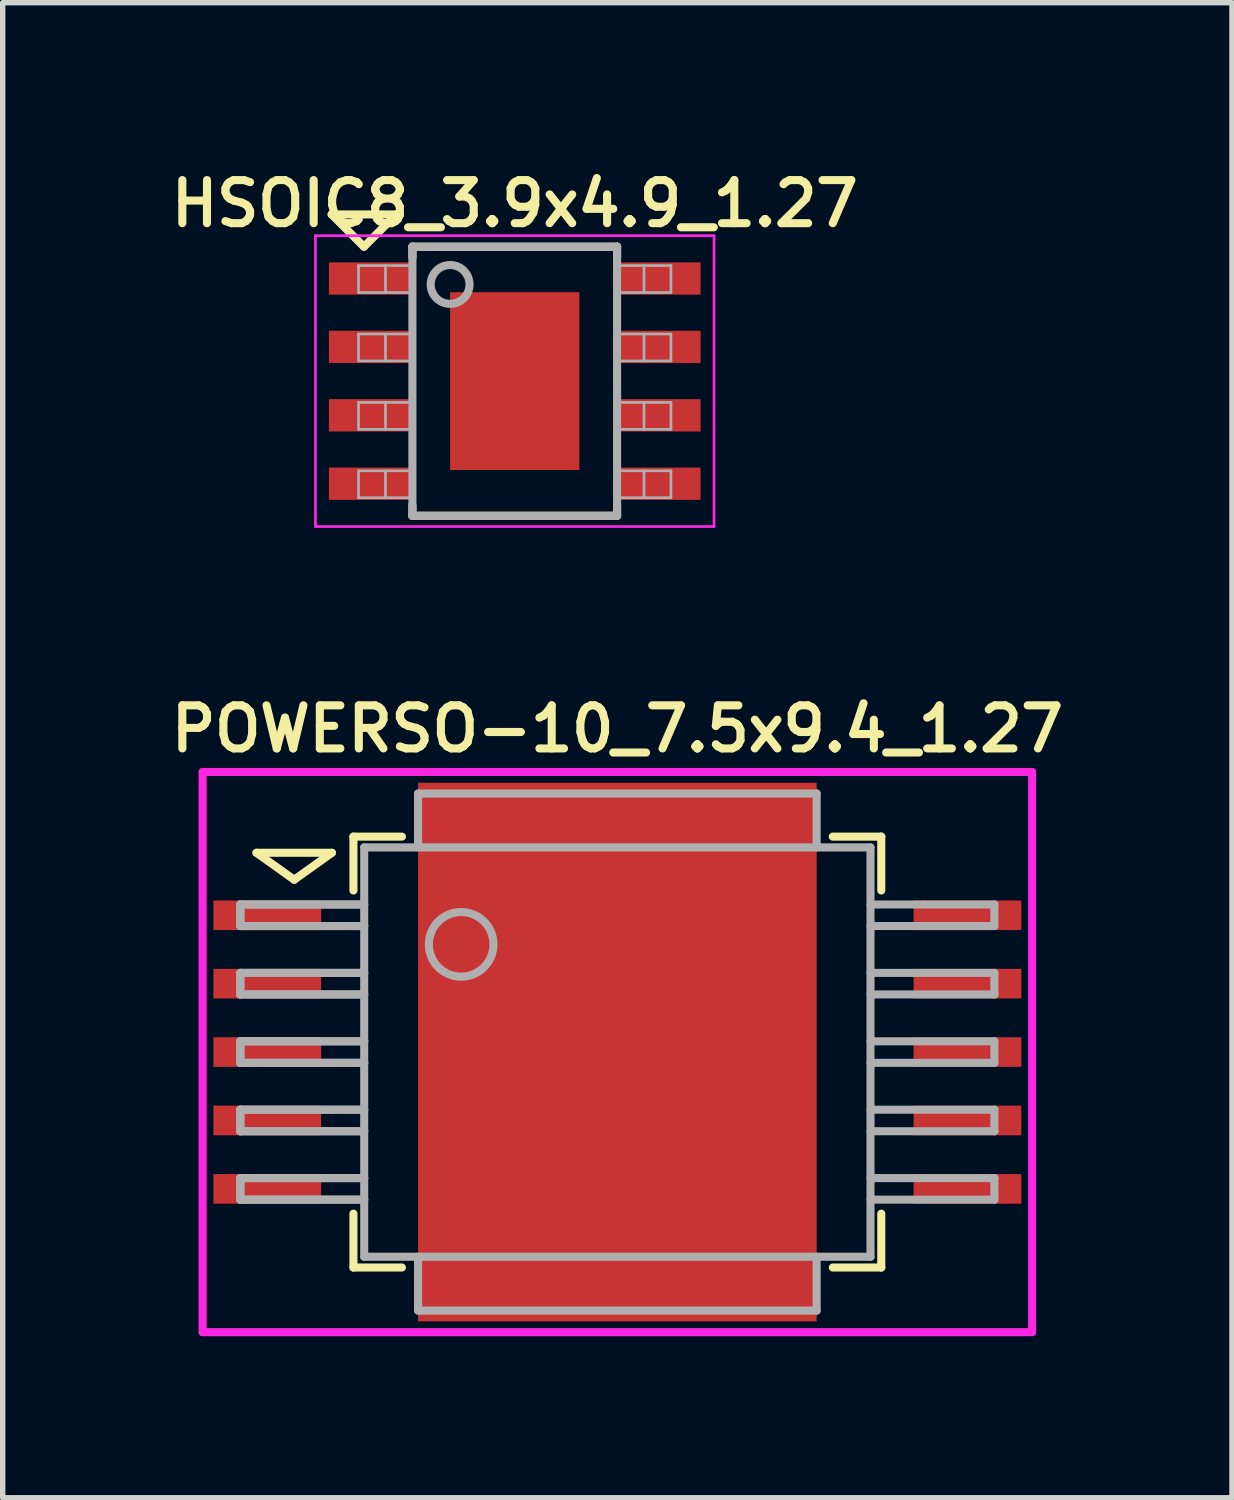
<source format=kicad_pcb>
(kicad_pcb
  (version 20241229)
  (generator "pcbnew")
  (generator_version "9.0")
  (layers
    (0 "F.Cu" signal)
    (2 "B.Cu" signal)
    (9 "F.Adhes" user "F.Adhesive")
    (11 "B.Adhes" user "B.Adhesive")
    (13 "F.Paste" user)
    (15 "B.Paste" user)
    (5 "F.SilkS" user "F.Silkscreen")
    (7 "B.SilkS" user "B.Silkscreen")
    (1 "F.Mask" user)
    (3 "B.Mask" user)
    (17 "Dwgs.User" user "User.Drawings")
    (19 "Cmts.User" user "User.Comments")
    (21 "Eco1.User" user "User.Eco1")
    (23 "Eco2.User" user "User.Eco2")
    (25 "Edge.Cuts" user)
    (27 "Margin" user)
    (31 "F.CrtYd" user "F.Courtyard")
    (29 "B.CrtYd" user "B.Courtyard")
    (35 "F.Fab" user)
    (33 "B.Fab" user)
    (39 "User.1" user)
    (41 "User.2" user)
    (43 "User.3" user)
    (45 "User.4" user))
  (footprint "POWERSO-10_7.5x9.4_1.27"
    (layer "F.Cu")
    (at 8.412 16.483)
    (property "Reference" "POWERSO-10_7.5x9.4_1.27" (at 0 -6 0) (layer "F.SilkS") (effects (font (size 0.8 0.8) (thickness 0.15))))
    (attr through_hole)
    (fp_line (start -6.7 -3.7) (end -5.3 -3.7) (stroke (width 0.15) (type solid)) (layer "F.SilkS"))
    (fp_line (start -6 -3.2) (end -6.7 -3.7) (stroke (width 0.15) (type solid)) (layer "F.SilkS"))
    (fp_line (start -5.3 -3.7) (end -6 -3.2) (stroke (width 0.15) (type solid)) (layer "F.SilkS"))
    (fp_line (start -4.9 -4) (end -4 -4) (stroke (width 0.15) (type solid)) (layer "F.SilkS"))
    (fp_line (start -4.9 -3) (end -4.9 -4) (stroke (width 0.15) (type solid)) (layer "F.SilkS"))
    (fp_line (start -4.9 3) (end -4.9 4) (stroke (width 0.15) (type solid)) (layer "F.SilkS"))
    (fp_line (start -4.9 4) (end -4 4) (stroke (width 0.15) (type solid)) (layer "F.SilkS"))
    (fp_line (start 4 -4) (end 4.9 -4) (stroke (width 0.15) (type solid)) (layer "F.SilkS"))
    (fp_line (start 4 4) (end 4.9 4) (stroke (width 0.15) (type solid)) (layer "F.SilkS"))
    (fp_line (start 4.9 -4) (end 4.9 -3) (stroke (width 0.15) (type solid)) (layer "F.SilkS"))
    (fp_line (start 4.9 4) (end 4.9 3) (stroke (width 0.15) (type solid)) (layer "F.SilkS"))
    (fp_line (start -7.7 -5.2) (end -7.7 5.2) (stroke (width 0.15) (type solid)) (layer "F.CrtYd"))
    (fp_line (start -7.7 5.2) (end 7.7 5.2) (stroke (width 0.15) (type solid)) (layer "F.CrtYd"))
    (fp_line (start 7.7 -5.2) (end -7.7 -5.2) (stroke (width 0.15) (type solid)) (layer "F.CrtYd"))
    (fp_line (start 7.7 5.2) (end 7.7 -5.2) (stroke (width 0.15) (type solid)) (layer "F.CrtYd"))
    (fp_line (start -7 -2.74) (end -7 -2.34) (stroke (width 0.15) (type solid)) (layer "F.Fab"))
    (fp_line (start -7 -2.74) (end -7 -2.34) (stroke (width 0.15) (type solid)) (layer "F.Fab"))
    (fp_line (start -7 -2.34) (end -4.7 -2.34) (stroke (width 0.15) (type solid)) (layer "F.Fab"))
    (fp_line (start -7 -2.34) (end -4.7 -2.34) (stroke (width 0.15) (type solid)) (layer "F.Fab"))
    (fp_line (start -7 -1.47) (end -7 -1.07) (stroke (width 0.15) (type solid)) (layer "F.Fab"))
    (fp_line (start -7 -1.47) (end -7 -1.07) (stroke (width 0.15) (type solid)) (layer "F.Fab"))
    (fp_line (start -7 -1.07) (end -4.7 -1.07) (stroke (width 0.15) (type solid)) (layer "F.Fab"))
    (fp_line (start -7 -1.07) (end -4.7 -1.07) (stroke (width 0.15) (type solid)) (layer "F.Fab"))
    (fp_line (start -7 -0.2) (end -7 0.2) (stroke (width 0.15) (type solid)) (layer "F.Fab"))
    (fp_line (start -7 -0.2) (end -7 0.2) (stroke (width 0.15) (type solid)) (layer "F.Fab"))
    (fp_line (start -7 0.2) (end -4.7 0.2) (stroke (width 0.15) (type solid)) (layer "F.Fab"))
    (fp_line (start -7 0.2) (end -4.7 0.2) (stroke (width 0.15) (type solid)) (layer "F.Fab"))
    (fp_line (start -7 1.07) (end -7 1.47) (stroke (width 0.15) (type solid)) (layer "F.Fab"))
    (fp_line (start -7 1.07) (end -7 1.47) (stroke (width 0.15) (type solid)) (layer "F.Fab"))
    (fp_line (start -7 1.47) (end -4.7 1.47) (stroke (width 0.15) (type solid)) (layer "F.Fab"))
    (fp_line (start -7 1.47) (end -4.7 1.47) (stroke (width 0.15) (type solid)) (layer "F.Fab"))
    (fp_line (start -7 2.34) (end -7 2.74) (stroke (width 0.15) (type solid)) (layer "F.Fab"))
    (fp_line (start -7 2.34) (end -7 2.74) (stroke (width 0.15) (type solid)) (layer "F.Fab"))
    (fp_line (start -7 2.74) (end -4.7 2.74) (stroke (width 0.15) (type solid)) (layer "F.Fab"))
    (fp_line (start -7 2.74) (end -4.7 2.74) (stroke (width 0.15) (type solid)) (layer "F.Fab"))
    (fp_line (start -4.7 -3.8) (end 4.7 -3.8) (stroke (width 0.15) (type solid)) (layer "F.Fab"))
    (fp_line (start -4.7 -2.74) (end -7 -2.74) (stroke (width 0.15) (type solid)) (layer "F.Fab"))
    (fp_line (start -4.7 -2.74) (end -7 -2.74) (stroke (width 0.15) (type solid)) (layer "F.Fab"))
    (fp_line (start -4.7 -1.47) (end -7 -1.47) (stroke (width 0.15) (type solid)) (layer "F.Fab"))
    (fp_line (start -4.7 -1.47) (end -7 -1.47) (stroke (width 0.15) (type solid)) (layer "F.Fab"))
    (fp_line (start -4.7 -0.2) (end -7 -0.2) (stroke (width 0.15) (type solid)) (layer "F.Fab"))
    (fp_line (start -4.7 -0.2) (end -7 -0.2) (stroke (width 0.15) (type solid)) (layer "F.Fab"))
    (fp_line (start -4.7 1.07) (end -7 1.07) (stroke (width 0.15) (type solid)) (layer "F.Fab"))
    (fp_line (start -4.7 1.07) (end -7 1.07) (stroke (width 0.15) (type solid)) (layer "F.Fab"))
    (fp_line (start -4.7 2.34) (end -7 2.34) (stroke (width 0.15) (type solid)) (layer "F.Fab"))
    (fp_line (start -4.7 2.34) (end -7 2.34) (stroke (width 0.15) (type solid)) (layer "F.Fab"))
    (fp_line (start -4.7 3.8) (end -4.7 -3.8) (stroke (width 0.15) (type solid)) (layer "F.Fab"))
    (fp_line (start -3.7 -4.8) (end 3.7 -4.8) (stroke (width 0.15) (type solid)) (layer "F.Fab"))
    (fp_line (start -3.7 -3.8) (end -3.7 -4.8) (stroke (width 0.15) (type solid)) (layer "F.Fab"))
    (fp_line (start -3.7 4.8) (end -3.7 3.8) (stroke (width 0.15) (type solid)) (layer "F.Fab"))
    (fp_line (start 3.7 -4.8) (end 3.7 -3.8) (stroke (width 0.15) (type solid)) (layer "F.Fab"))
    (fp_line (start 3.7 3.8) (end 3.7 4.8) (stroke (width 0.15) (type solid)) (layer "F.Fab"))
    (fp_line (start 3.7 4.8) (end -3.7 4.8) (stroke (width 0.15) (type solid)) (layer "F.Fab"))
    (fp_line (start 4.7 -3.8) (end 4.7 3.8) (stroke (width 0.15) (type solid)) (layer "F.Fab"))
    (fp_line (start 4.7 -2.34) (end 7 -2.34) (stroke (width 0.15) (type solid)) (layer "F.Fab"))
    (fp_line (start 4.7 -1.07) (end 7 -1.07) (stroke (width 0.15) (type solid)) (layer "F.Fab"))
    (fp_line (start 4.7 0.2) (end 7 0.2) (stroke (width 0.15) (type solid)) (layer "F.Fab"))
    (fp_line (start 4.7 1.47) (end 7 1.47) (stroke (width 0.15) (type solid)) (layer "F.Fab"))
    (fp_line (start 4.7 2.74) (end 7 2.74) (stroke (width 0.15) (type solid)) (layer "F.Fab"))
    (fp_line (start 4.7 3.8) (end -4.7 3.8) (stroke (width 0.15) (type solid)) (layer "F.Fab"))
    (fp_line (start 7 -2.74) (end 4.7 -2.74) (stroke (width 0.15) (type solid)) (layer "F.Fab"))
    (fp_line (start 7 -2.34) (end 7 -2.74) (stroke (width 0.15) (type solid)) (layer "F.Fab"))
    (fp_line (start 7 -1.47) (end 4.7 -1.47) (stroke (width 0.15) (type solid)) (layer "F.Fab"))
    (fp_line (start 7 -1.07) (end 7 -1.47) (stroke (width 0.15) (type solid)) (layer "F.Fab"))
    (fp_line (start 7 -0.2) (end 4.7 -0.2) (stroke (width 0.15) (type solid)) (layer "F.Fab"))
    (fp_line (start 7 0.2) (end 7 -0.2) (stroke (width 0.15) (type solid)) (layer "F.Fab"))
    (fp_line (start 7 1.07) (end 4.7 1.07) (stroke (width 0.15) (type solid)) (layer "F.Fab"))
    (fp_line (start 7 1.47) (end 7 1.07) (stroke (width 0.15) (type solid)) (layer "F.Fab"))
    (fp_line (start 7 2.34) (end 4.7 2.34) (stroke (width 0.15) (type solid)) (layer "F.Fab"))
    (fp_line (start 7 2.74) (end 7 2.34) (stroke (width 0.15) (type solid)) (layer "F.Fab"))
    (fp_circle (center -2.9 -2) (end -2.3 -2) (stroke (width 0.15) (type solid)) (fill no) (layer "F.Fab"))
    (pad "1" smd rect (at -6.5 -2.54) (size 2 0.55) (layers "F.Cu" "F.Mask" "F.Paste"))
    (pad "2" smd rect (at -6.5 -1.27) (size 2 0.55) (layers "F.Cu" "F.Mask" "F.Paste"))
    (pad "3" smd rect (at -6.5 0) (size 2 0.55) (layers "F.Cu" "F.Mask" "F.Paste"))
    (pad "4" smd rect (at -6.5 1.27) (size 2 0.55) (layers "F.Cu" "F.Mask" "F.Paste"))
    (pad "5" smd rect (at -6.5 2.54) (size 2 0.55) (layers "F.Cu" "F.Mask" "F.Paste"))
    (pad "6" smd rect (at 6.5 2.54) (size 2 0.55) (layers "F.Cu" "F.Mask" "F.Paste"))
    (pad "7" smd rect (at 6.5 1.27) (size 2 0.55) (layers "F.Cu" "F.Mask" "F.Paste"))
    (pad "8" smd rect (at 6.5 0) (size 2 0.55) (layers "F.Cu" "F.Mask" "F.Paste"))
    (pad "9" smd rect (at 6.5 -1.27) (size 2 0.55) (layers "F.Cu" "F.Mask" "F.Paste"))
    (pad "10" smd rect (at 6.5 -2.54) (size 2 0.55) (layers "F.Cu" "F.Mask" "F.Paste"))
    (pad "11" smd rect (at 0 0) (size 7.4 10) (layers "F.Cu" "F.Mask" "F.Paste")))
  (footprint "HSOIC8_3.9x4.9_1.27"
    (layer "F.Cu")
    (at 6.507 4.026)
    (property "Reference" "HSOIC8_3.9x4.9_1.27" (at 0 -3.295 0) (layer "F.SilkS") (effects (font (size 0.8 0.8) (thickness 0.15))))
    (attr smd)
    (fp_line (start -3.4 -3.095) (end -2.2 -3.095) (stroke (width 0.15) (type solid)) (layer "F.SilkS"))
    (fp_line (start -2.8 -2.495) (end -3.4 -3.095) (stroke (width 0.15) (type solid)) (layer "F.SilkS"))
    (fp_line (start -2.8 -2.495) (end -2.2 -3.095) (stroke (width 0.15) (type solid)) (layer "F.SilkS"))
    (fp_line (start -1.9 -2.495) (end 1.9 -2.495) (stroke (width 0.15) (type solid)) (layer "F.SilkS"))
    (fp_line (start -1.9 -2.295) (end -1.9 -2.495) (stroke (width 0.15) (type solid)) (layer "F.SilkS"))
    (fp_line (start -1.9 2.3) (end -1.9 2.5) (stroke (width 0.15) (type solid)) (layer "F.SilkS"))
    (fp_line (start -1.9 2.5) (end 1.9 2.5) (stroke (width 0.15) (type solid)) (layer "F.SilkS"))
    (fp_line (start 1.9 -2.495) (end 1.9 -2.295) (stroke (width 0.15) (type solid)) (layer "F.SilkS"))
    (fp_line (start 1.9 2.3) (end 1.9 2.5) (stroke (width 0.15) (type solid)) (layer "F.SilkS"))
    (fp_line (start -3.7 -2.7) (end -3.7 2.7) (stroke (width 0.05) (type solid)) (layer "F.CrtYd"))
    (fp_line (start -3.7 -2.7) (end 3.7 -2.7) (stroke (width 0.05) (type solid)) (layer "F.CrtYd"))
    (fp_line (start -3.7 2.7) (end 3.7 2.7) (stroke (width 0.05) (type solid)) (layer "F.CrtYd"))
    (fp_line (start 3.7 -2.7) (end 3.7 2.7) (stroke (width 0.05) (type solid)) (layer "F.CrtYd"))
    (fp_line (start -2.9 -2.145) (end -2.9 -1.645) (stroke (width 0.05) (type solid)) (layer "F.Fab"))
    (fp_line (start -2.9 -1.645) (end -1.9 -1.645) (stroke (width 0.05) (type solid)) (layer "F.Fab"))
    (fp_line (start -2.9 -0.875) (end -2.9 -0.375) (stroke (width 0.05) (type solid)) (layer "F.Fab"))
    (fp_line (start -2.9 -0.375) (end -1.9 -0.375) (stroke (width 0.05) (type solid)) (layer "F.Fab"))
    (fp_line (start -2.9 0.395) (end -2.9 0.895) (stroke (width 0.05) (type solid)) (layer "F.Fab"))
    (fp_line (start -2.9 0.895) (end -1.9 0.895) (stroke (width 0.05) (type solid)) (layer "F.Fab"))
    (fp_line (start -2.9 1.665) (end -2.9 2.165) (stroke (width 0.05) (type solid)) (layer "F.Fab"))
    (fp_line (start -2.9 2.165) (end -1.9 2.165) (stroke (width 0.05) (type solid)) (layer "F.Fab"))
    (fp_line (start -2.4 -2.145) (end -2.4 -1.645) (stroke (width 0.05) (type solid)) (layer "F.Fab"))
    (fp_line (start -2.4 -0.875) (end -2.4 -0.375) (stroke (width 0.05) (type solid)) (layer "F.Fab"))
    (fp_line (start -2.4 0.395) (end -2.4 0.895) (stroke (width 0.05) (type solid)) (layer "F.Fab"))
    (fp_line (start -2.4 1.665) (end -2.4 2.165) (stroke (width 0.05) (type solid)) (layer "F.Fab"))
    (fp_line (start -1.9 -2.495) (end 1.9 -2.495) (stroke (width 0.15) (type solid)) (layer "F.Fab"))
    (fp_line (start -1.9 -2.145) (end -2.9 -2.145) (stroke (width 0.05) (type solid)) (layer "F.Fab"))
    (fp_line (start -1.9 -0.875) (end -2.9 -0.875) (stroke (width 0.05) (type solid)) (layer "F.Fab"))
    (fp_line (start -1.9 0.395) (end -2.9 0.395) (stroke (width 0.05) (type solid)) (layer "F.Fab"))
    (fp_line (start -1.9 1.665) (end -2.9 1.665) (stroke (width 0.05) (type solid)) (layer "F.Fab"))
    (fp_line (start -1.9 2.5) (end -1.9 -2.5) (stroke (width 0.15) (type solid)) (layer "F.Fab"))
    (fp_line (start 1.9 -2.5) (end 1.9 2.5) (stroke (width 0.15) (type solid)) (layer "F.Fab"))
    (fp_line (start 1.9 -1.645) (end 2.9 -1.645) (stroke (width 0.05) (type solid)) (layer "F.Fab"))
    (fp_line (start 1.9 -0.375) (end 2.9 -0.375) (stroke (width 0.05) (type solid)) (layer "F.Fab"))
    (fp_line (start 1.9 0.895) (end 2.9 0.895) (stroke (width 0.05) (type solid)) (layer "F.Fab"))
    (fp_line (start 1.9 2.165) (end 2.9 2.165) (stroke (width 0.05) (type solid)) (layer "F.Fab"))
    (fp_line (start 1.9 2.5) (end -1.9 2.5) (stroke (width 0.15) (type solid)) (layer "F.Fab"))
    (fp_line (start 2.4 -2.145) (end 2.4 -1.645) (stroke (width 0.05) (type solid)) (layer "F.Fab"))
    (fp_line (start 2.4 -0.875) (end 2.4 -0.375) (stroke (width 0.05) (type solid)) (layer "F.Fab"))
    (fp_line (start 2.4 0.395) (end 2.4 0.895) (stroke (width 0.05) (type solid)) (layer "F.Fab"))
    (fp_line (start 2.4 1.665) (end 2.4 2.165) (stroke (width 0.05) (type solid)) (layer "F.Fab"))
    (fp_line (start 2.9 -2.145) (end 1.9 -2.145) (stroke (width 0.05) (type solid)) (layer "F.Fab"))
    (fp_line (start 2.9 -2.145) (end 2.9 -1.645) (stroke (width 0.05) (type solid)) (layer "F.Fab"))
    (fp_line (start 2.9 -0.875) (end 1.9 -0.875) (stroke (width 0.05) (type solid)) (layer "F.Fab"))
    (fp_line (start 2.9 -0.875) (end 2.9 -0.375) (stroke (width 0.05) (type solid)) (layer "F.Fab"))
    (fp_line (start 2.9 0.395) (end 1.9 0.395) (stroke (width 0.05) (type solid)) (layer "F.Fab"))
    (fp_line (start 2.9 0.395) (end 2.9 0.895) (stroke (width 0.05) (type solid)) (layer "F.Fab"))
    (fp_line (start 2.9 1.665) (end 1.9 1.665) (stroke (width 0.05) (type solid)) (layer "F.Fab"))
    (fp_line (start 2.9 1.665) (end 2.9 2.165) (stroke (width 0.05) (type solid)) (layer "F.Fab"))
    (fp_circle (center -1.2 -1.795) (end -0.9 -1.595) (stroke (width 0.15) (type solid)) (fill no) (layer "F.Fab"))
    (pad "1" smd rect (at -2.7 -1.905) (size 1.5 0.6) (layers "F.Cu" "F.Mask" "F.Paste"))
    (pad "2" smd rect (at -2.7 -0.635) (size 1.5 0.6) (layers "F.Cu" "F.Mask" "F.Paste"))
    (pad "3" smd rect (at -2.7 0.635) (size 1.5 0.6) (layers "F.Cu" "F.Mask" "F.Paste"))
    (pad "4" smd rect (at -2.7 1.905) (size 1.5 0.6) (layers "F.Cu" "F.Mask" "F.Paste"))
    (pad "5" smd rect (at 2.7 1.905) (size 1.5 0.6) (layers "F.Cu" "F.Mask" "F.Paste"))
    (pad "6" smd rect (at 2.7 0.635) (size 1.5 0.6) (layers "F.Cu" "F.Mask" "F.Paste"))
    (pad "7" smd rect (at 2.7 -0.635) (size 1.5 0.6) (layers "F.Cu" "F.Mask" "F.Paste"))
    (pad "8" smd rect (at 2.7 -1.905) (size 1.5 0.6) (layers "F.Cu" "F.Mask" "F.Paste"))
    (pad "9" smd rect (at 0 0) (size 2.4 3.3) (layers "F.Cu" "F.Mask" "F.Paste")))
  (gr_rect
    (start -3 -3)
    (end 19.823 24.758)
    (stroke (width 0.1) (type default))
    (fill no)
    (layer "Edge.Cuts")))
</source>
